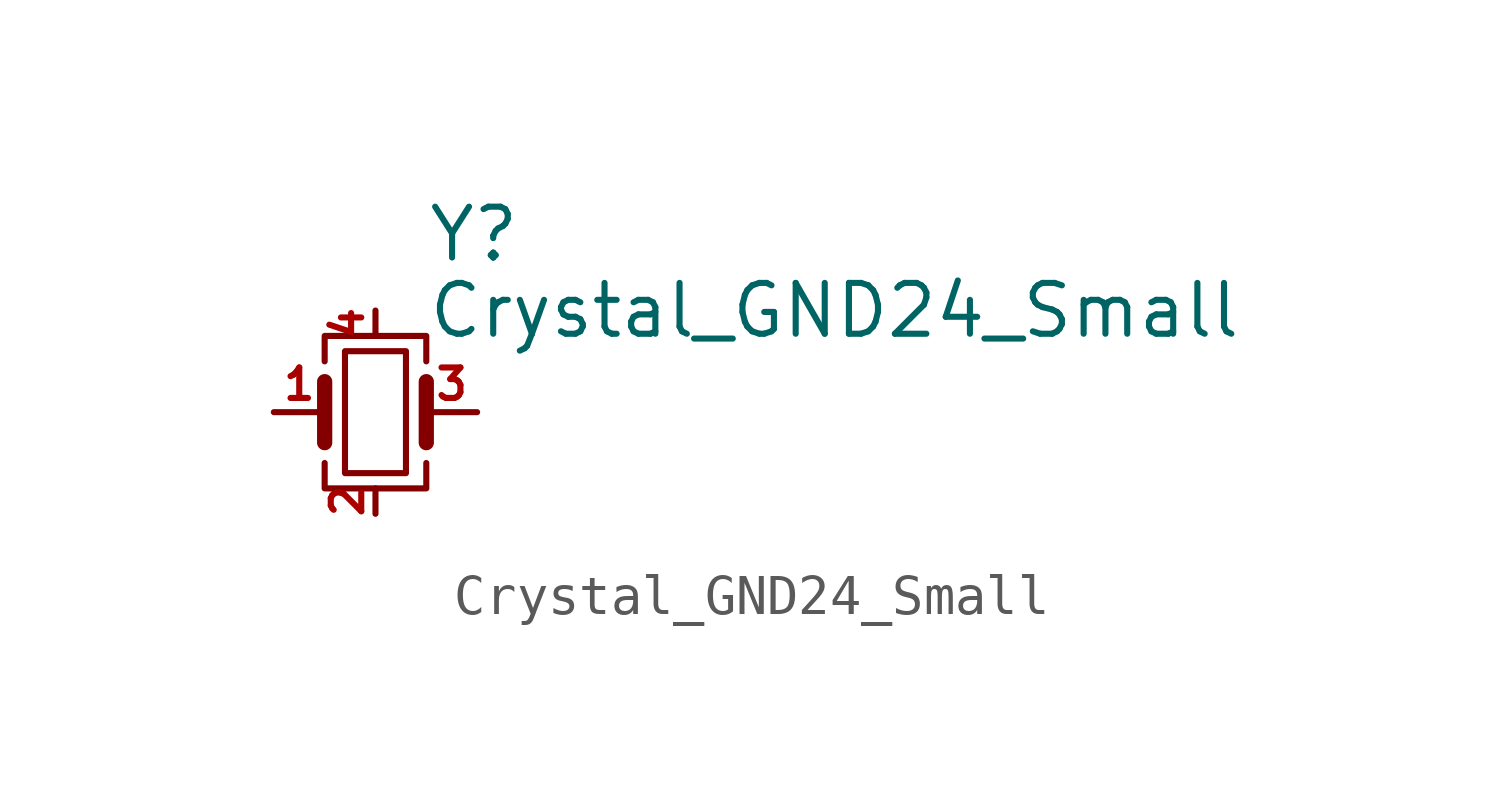
<source format=kicad_sym>
(kicad_symbol_lib
  (version 20241209)
  (generator "kicad_symbol_editor")
  (generator_version "9.0")
  (symbol "Crystal_GND24_Small"
    (pin_names
      (offset 1.016)
      (hide yes))
    (property "Reference" "Y"
      (at 1.27 4.445 0)
      (effects (font (size 1.27 1.27)) (justify left)))
    (property "Value" "Crystal_GND24_Small"
      (at 1.27 2.54 0)
      (effects (font (size 1.27 1.27)) (justify left)))
    (symbol "Crystal_GND24_Small_0_1"
      (polyline (pts (xy -1.27 1.27) (xy -1.27 1.905) (xy 1.27 1.905) (xy 1.27 1.27)) (stroke (width 0) (type default)) (fill (type none)))
      (polyline (pts (xy -1.27 -0.762) (xy -1.27 0.762)) (stroke (width 0.381) (type default)) (fill (type none)))
      (polyline (pts (xy -1.27 -1.27) (xy -1.27 -1.905) (xy 1.27 -1.905) (xy 1.27 -1.27)) (stroke (width 0) (type default)) (fill (type none)))
      (rectangle (start -0.762 -1.524) (end 0.762 1.524) (stroke (width 0) (type default)) (fill (type none)))
      (polyline (pts (xy 1.27 -0.762) (xy 1.27 0.762)) (stroke (width 0.381) (type default)) (fill (type none))))
    (symbol "Crystal_GND24_Small_1_1"
      (pin passive line (at -2.54 0 0) (length 1.27) (name "1" (effects (font (size 1.27 1.27)))) (number "1" (effects (font (size 0.762 0.762)))))
      (pin passive line (at 0 2.54 270) (length 0.635) (name "4" (effects (font (size 1.27 1.27)))) (number "4" (effects (font (size 0.762 0.762)))))
      (pin passive line (at 0 -2.54 90) (length 0.635) (name "2" (effects (font (size 1.27 1.27)))) (number "2" (effects (font (size 0.762 0.762)))))
      (pin passive line (at 2.54 0 180) (length 1.27) (name "3" (effects (font (size 1.27 1.27)))) (number "3" (effects (font (size 0.762 0.762))))))))
</source>
